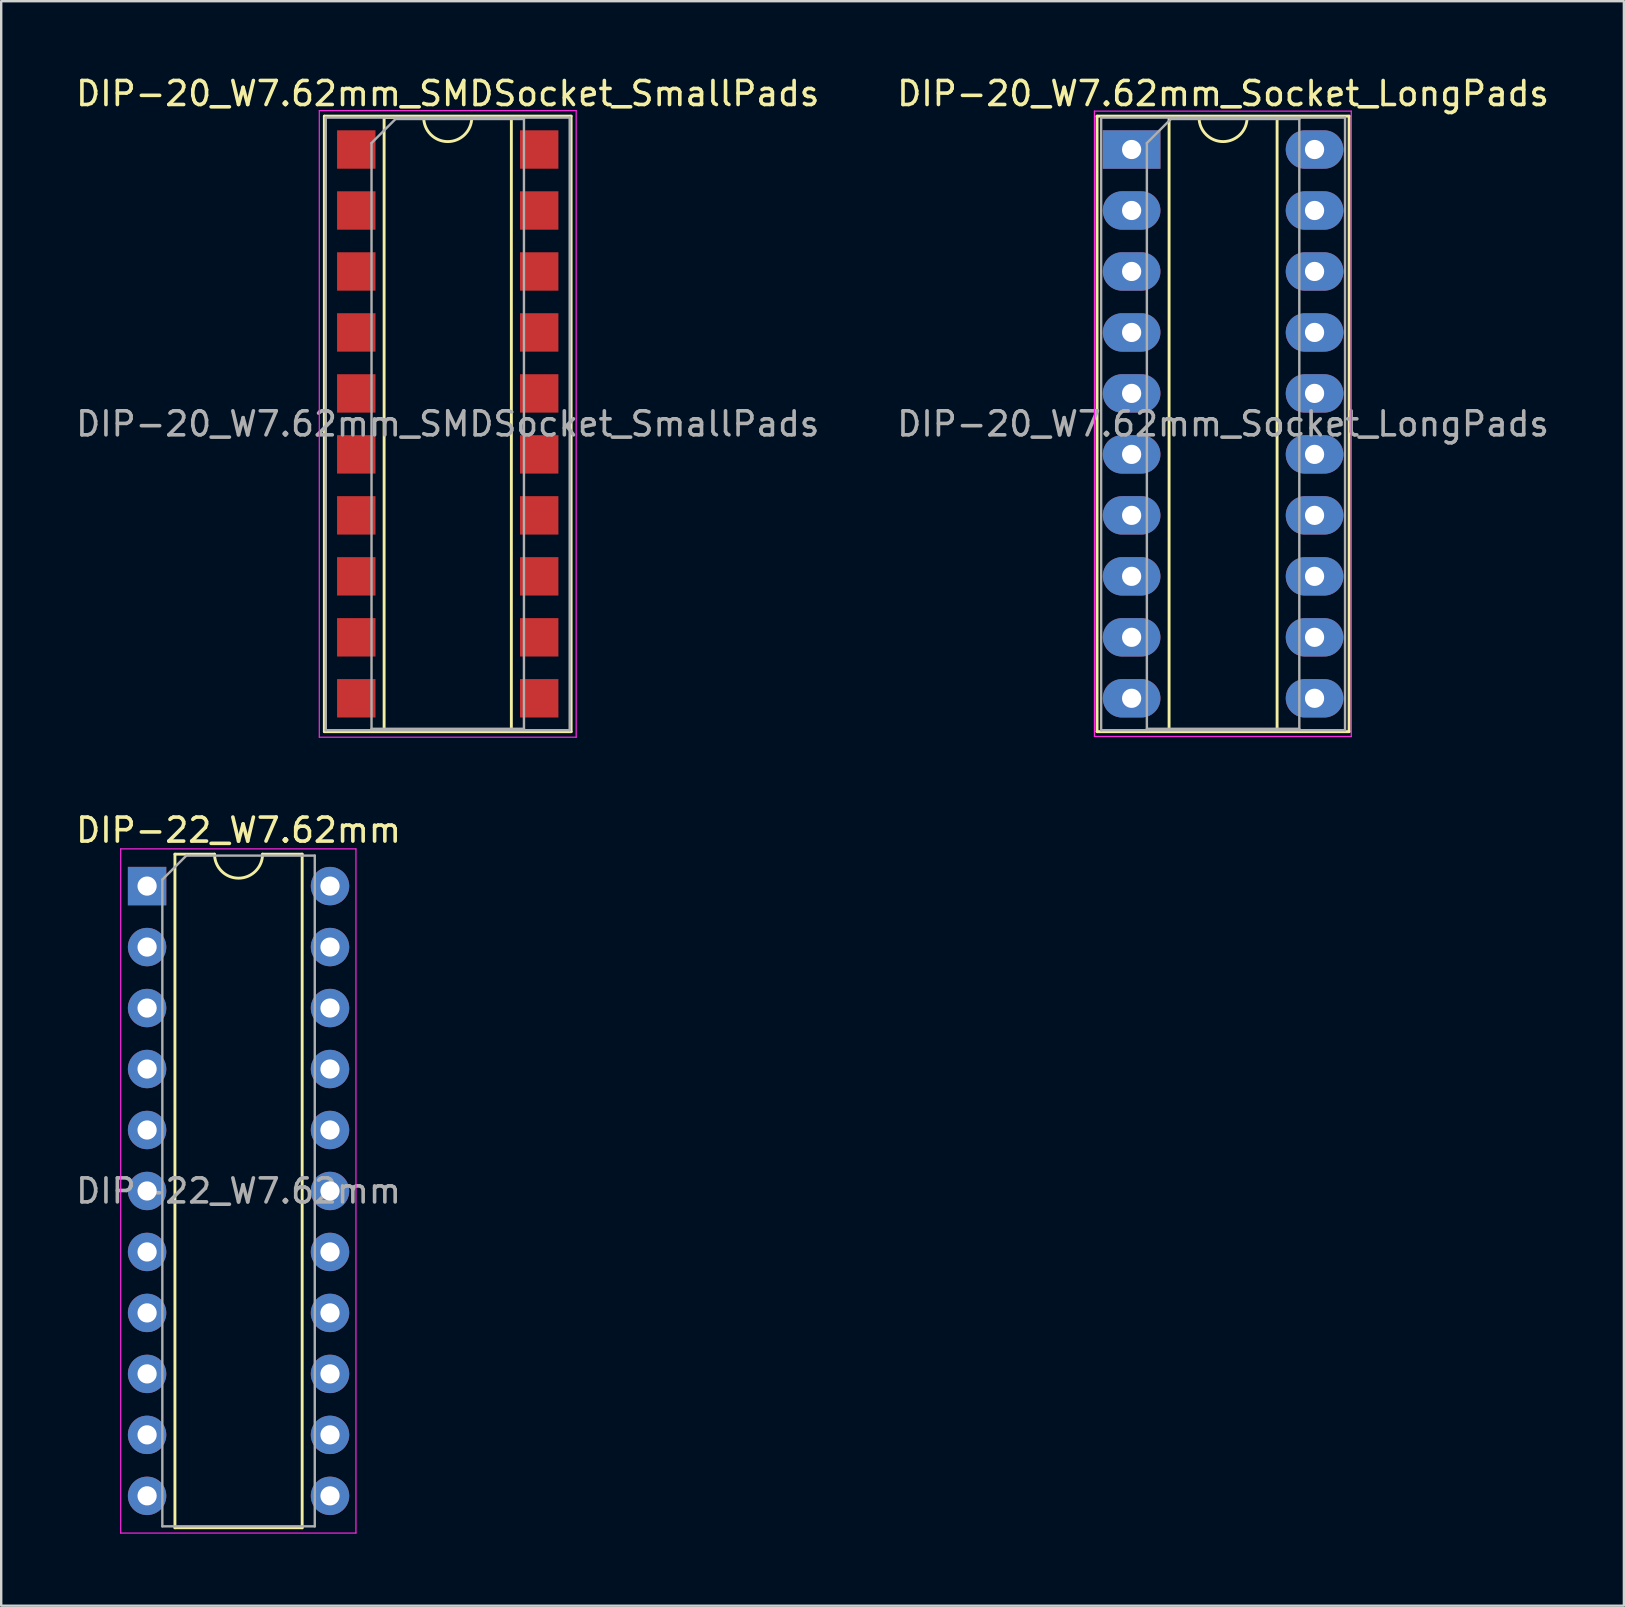
<source format=kicad_pcb>
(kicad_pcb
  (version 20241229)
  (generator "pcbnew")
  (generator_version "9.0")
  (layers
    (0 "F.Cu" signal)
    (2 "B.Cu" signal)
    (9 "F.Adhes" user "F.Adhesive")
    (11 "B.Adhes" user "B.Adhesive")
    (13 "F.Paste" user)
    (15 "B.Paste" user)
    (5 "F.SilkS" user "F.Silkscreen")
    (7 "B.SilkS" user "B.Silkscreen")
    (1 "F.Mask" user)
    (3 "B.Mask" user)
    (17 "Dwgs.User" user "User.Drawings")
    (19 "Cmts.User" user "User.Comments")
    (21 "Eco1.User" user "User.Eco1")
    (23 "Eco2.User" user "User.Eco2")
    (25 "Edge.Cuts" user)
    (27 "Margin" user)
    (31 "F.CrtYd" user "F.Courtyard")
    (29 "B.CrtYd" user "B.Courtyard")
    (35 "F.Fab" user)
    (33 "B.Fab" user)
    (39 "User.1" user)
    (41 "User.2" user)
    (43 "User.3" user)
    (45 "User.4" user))
  (footprint "DIP-20_W7.62mm_SMDSocket_SmallPads"
    (layer "F.Cu")
    (at 15.601 14.608)
    (property "Reference" "DIP-20_W7.62mm_SMDSocket_SmallPads" (at 0 -13.76 0) (layer "F.SilkS") (effects (font (size 1 1) (thickness 0.15))))
    (attr smd)
    (fp_line (start -5.14 -12.82) (end -5.14 12.82) (stroke (width 0.12) (type solid)) (layer "F.SilkS"))
    (fp_line (start -5.14 12.82) (end 5.14 12.82) (stroke (width 0.12) (type solid)) (layer "F.SilkS"))
    (fp_line (start -2.65 -12.76) (end -2.65 12.76) (stroke (width 0.12) (type solid)) (layer "F.SilkS"))
    (fp_line (start -2.65 12.76) (end 2.65 12.76) (stroke (width 0.12) (type solid)) (layer "F.SilkS"))
    (fp_line (start -1 -12.76) (end -2.65 -12.76) (stroke (width 0.12) (type solid)) (layer "F.SilkS"))
    (fp_line (start 2.65 -12.76) (end 1 -12.76) (stroke (width 0.12) (type solid)) (layer "F.SilkS"))
    (fp_line (start 2.65 12.76) (end 2.65 -12.76) (stroke (width 0.12) (type solid)) (layer "F.SilkS"))
    (fp_line (start 5.14 -12.82) (end -5.14 -12.82) (stroke (width 0.12) (type solid)) (layer "F.SilkS"))
    (fp_line (start 5.14 12.82) (end 5.14 -12.82) (stroke (width 0.12) (type solid)) (layer "F.SilkS"))
    (fp_arc (start 1 -12.76) (mid 0 -11.76) (end -1 -12.76) (stroke (width 0.12) (type solid)) (layer "F.SilkS"))
    (fp_line (start -5.35 -13.05) (end -5.35 13.05) (stroke (width 0.05) (type solid)) (layer "F.CrtYd"))
    (fp_line (start -5.35 13.05) (end 5.35 13.05) (stroke (width 0.05) (type solid)) (layer "F.CrtYd"))
    (fp_line (start 5.35 -13.05) (end -5.35 -13.05) (stroke (width 0.05) (type solid)) (layer "F.CrtYd"))
    (fp_line (start 5.35 13.05) (end 5.35 -13.05) (stroke (width 0.05) (type solid)) (layer "F.CrtYd"))
    (fp_line (start -5.08 -12.76) (end -5.08 12.76) (stroke (width 0.1) (type solid)) (layer "F.Fab"))
    (fp_line (start -5.08 12.76) (end 5.08 12.76) (stroke (width 0.1) (type solid)) (layer "F.Fab"))
    (fp_line (start -3.175 -11.7) (end -2.175 -12.7) (stroke (width 0.1) (type solid)) (layer "F.Fab"))
    (fp_line (start -3.175 12.7) (end -3.175 -11.7) (stroke (width 0.1) (type solid)) (layer "F.Fab"))
    (fp_line (start -2.175 -12.7) (end 3.175 -12.7) (stroke (width 0.1) (type solid)) (layer "F.Fab"))
    (fp_line (start 3.175 -12.7) (end 3.175 12.7) (stroke (width 0.1) (type solid)) (layer "F.Fab"))
    (fp_line (start 3.175 12.7) (end -3.175 12.7) (stroke (width 0.1) (type solid)) (layer "F.Fab"))
    (fp_line (start 5.08 -12.76) (end -5.08 -12.76) (stroke (width 0.1) (type solid)) (layer "F.Fab"))
    (fp_line (start 5.08 12.76) (end 5.08 -12.76) (stroke (width 0.1) (type solid)) (layer "F.Fab"))
    (fp_text user "${REFERENCE}" (at 0 0 0) (layer "F.Fab") (effects (font (size 1 1) (thickness 0.15))))
    (pad "1" smd rect (at -3.81 -11.43) (size 1.6 1.6) (layers "F.Cu" "F.Mask" "F.Paste"))
    (pad "2" smd rect (at -3.81 -8.89) (size 1.6 1.6) (layers "F.Cu" "F.Mask" "F.Paste"))
    (pad "3" smd rect (at -3.81 -6.35) (size 1.6 1.6) (layers "F.Cu" "F.Mask" "F.Paste"))
    (pad "4" smd rect (at -3.81 -3.81) (size 1.6 1.6) (layers "F.Cu" "F.Mask" "F.Paste"))
    (pad "5" smd rect (at -3.81 -1.27) (size 1.6 1.6) (layers "F.Cu" "F.Mask" "F.Paste"))
    (pad "6" smd rect (at -3.81 1.27) (size 1.6 1.6) (layers "F.Cu" "F.Mask" "F.Paste"))
    (pad "7" smd rect (at -3.81 3.81) (size 1.6 1.6) (layers "F.Cu" "F.Mask" "F.Paste"))
    (pad "8" smd rect (at -3.81 6.35) (size 1.6 1.6) (layers "F.Cu" "F.Mask" "F.Paste"))
    (pad "9" smd rect (at -3.81 8.89) (size 1.6 1.6) (layers "F.Cu" "F.Mask" "F.Paste"))
    (pad "10" smd rect (at -3.81 11.43) (size 1.6 1.6) (layers "F.Cu" "F.Mask" "F.Paste"))
    (pad "11" smd rect (at 3.81 11.43) (size 1.6 1.6) (layers "F.Cu" "F.Mask" "F.Paste"))
    (pad "12" smd rect (at 3.81 8.89) (size 1.6 1.6) (layers "F.Cu" "F.Mask" "F.Paste"))
    (pad "13" smd rect (at 3.81 6.35) (size 1.6 1.6) (layers "F.Cu" "F.Mask" "F.Paste"))
    (pad "14" smd rect (at 3.81 3.81) (size 1.6 1.6) (layers "F.Cu" "F.Mask" "F.Paste"))
    (pad "15" smd rect (at 3.81 1.27) (size 1.6 1.6) (layers "F.Cu" "F.Mask" "F.Paste"))
    (pad "16" smd rect (at 3.81 -1.27) (size 1.6 1.6) (layers "F.Cu" "F.Mask" "F.Paste"))
    (pad "17" smd rect (at 3.81 -3.81) (size 1.6 1.6) (layers "F.Cu" "F.Mask" "F.Paste"))
    (pad "18" smd rect (at 3.81 -6.35) (size 1.6 1.6) (layers "F.Cu" "F.Mask" "F.Paste"))
    (pad "19" smd rect (at 3.81 -8.89) (size 1.6 1.6) (layers "F.Cu" "F.Mask" "F.Paste"))
    (pad "20" smd rect (at 3.81 -11.43) (size 1.6 1.6) (layers "F.Cu" "F.Mask" "F.Paste")))
  (footprint "DIP-20_W7.62mm_Socket_LongPads"
    (layer "F.Cu")
    (at 44.089 3.178)
    (property "Reference" "DIP-20_W7.62mm_Socket_LongPads" (at 3.81 -2.33 0) (layer "F.SilkS") (effects (font (size 1 1) (thickness 0.15))))
    (attr through_hole)
    (fp_line (start -1.44 -1.39) (end -1.44 24.25) (stroke (width 0.12) (type solid)) (layer "F.SilkS"))
    (fp_line (start -1.44 24.25) (end 9.06 24.25) (stroke (width 0.12) (type solid)) (layer "F.SilkS"))
    (fp_line (start 1.56 -1.33) (end 1.56 24.19) (stroke (width 0.12) (type solid)) (layer "F.SilkS"))
    (fp_line (start 1.56 24.19) (end 6.06 24.19) (stroke (width 0.12) (type solid)) (layer "F.SilkS"))
    (fp_line (start 2.81 -1.33) (end 1.56 -1.33) (stroke (width 0.12) (type solid)) (layer "F.SilkS"))
    (fp_line (start 6.06 -1.33) (end 4.81 -1.33) (stroke (width 0.12) (type solid)) (layer "F.SilkS"))
    (fp_line (start 6.06 24.19) (end 6.06 -1.33) (stroke (width 0.12) (type solid)) (layer "F.SilkS"))
    (fp_line (start 9.06 -1.39) (end -1.44 -1.39) (stroke (width 0.12) (type solid)) (layer "F.SilkS"))
    (fp_line (start 9.06 24.25) (end 9.06 -1.39) (stroke (width 0.12) (type solid)) (layer "F.SilkS"))
    (fp_arc (start 4.81 -1.33) (mid 3.81 -0.33) (end 2.81 -1.33) (stroke (width 0.12) (type solid)) (layer "F.SilkS"))
    (fp_line (start -1.55 -1.6) (end -1.55 24.45) (stroke (width 0.05) (type solid)) (layer "F.CrtYd"))
    (fp_line (start -1.55 24.45) (end 9.15 24.45) (stroke (width 0.05) (type solid)) (layer "F.CrtYd"))
    (fp_line (start 9.15 -1.6) (end -1.55 -1.6) (stroke (width 0.05) (type solid)) (layer "F.CrtYd"))
    (fp_line (start 9.15 24.45) (end 9.15 -1.6) (stroke (width 0.05) (type solid)) (layer "F.CrtYd"))
    (fp_line (start -1.27 -1.33) (end -1.27 24.19) (stroke (width 0.1) (type solid)) (layer "F.Fab"))
    (fp_line (start -1.27 24.19) (end 8.89 24.19) (stroke (width 0.1) (type solid)) (layer "F.Fab"))
    (fp_line (start 0.635 -0.27) (end 1.635 -1.27) (stroke (width 0.1) (type solid)) (layer "F.Fab"))
    (fp_line (start 0.635 24.13) (end 0.635 -0.27) (stroke (width 0.1) (type solid)) (layer "F.Fab"))
    (fp_line (start 1.635 -1.27) (end 6.985 -1.27) (stroke (width 0.1) (type solid)) (layer "F.Fab"))
    (fp_line (start 6.985 -1.27) (end 6.985 24.13) (stroke (width 0.1) (type solid)) (layer "F.Fab"))
    (fp_line (start 6.985 24.13) (end 0.635 24.13) (stroke (width 0.1) (type solid)) (layer "F.Fab"))
    (fp_line (start 8.89 -1.33) (end -1.27 -1.33) (stroke (width 0.1) (type solid)) (layer "F.Fab"))
    (fp_line (start 8.89 24.19) (end 8.89 -1.33) (stroke (width 0.1) (type solid)) (layer "F.Fab"))
    (fp_text user "${REFERENCE}" (at 3.81 11.43 0) (layer "F.Fab") (effects (font (size 1 1) (thickness 0.15))))
    (pad "1" thru_hole rect (at 0 0) (size 2.4 1.6) (drill 0.8) (layers "*.Cu" "*.Mask"))
    (pad "2" thru_hole oval (at 0 2.54) (size 2.4 1.6) (drill 0.8) (layers "*.Cu" "*.Mask"))
    (pad "3" thru_hole oval (at 0 5.08) (size 2.4 1.6) (drill 0.8) (layers "*.Cu" "*.Mask"))
    (pad "4" thru_hole oval (at 0 7.62) (size 2.4 1.6) (drill 0.8) (layers "*.Cu" "*.Mask"))
    (pad "5" thru_hole oval (at 0 10.16) (size 2.4 1.6) (drill 0.8) (layers "*.Cu" "*.Mask"))
    (pad "6" thru_hole oval (at 0 12.7) (size 2.4 1.6) (drill 0.8) (layers "*.Cu" "*.Mask"))
    (pad "7" thru_hole oval (at 0 15.24) (size 2.4 1.6) (drill 0.8) (layers "*.Cu" "*.Mask"))
    (pad "8" thru_hole oval (at 0 17.78) (size 2.4 1.6) (drill 0.8) (layers "*.Cu" "*.Mask"))
    (pad "9" thru_hole oval (at 0 20.32) (size 2.4 1.6) (drill 0.8) (layers "*.Cu" "*.Mask"))
    (pad "10" thru_hole oval (at 0 22.86) (size 2.4 1.6) (drill 0.8) (layers "*.Cu" "*.Mask"))
    (pad "11" thru_hole oval (at 7.62 22.86) (size 2.4 1.6) (drill 0.8) (layers "*.Cu" "*.Mask"))
    (pad "12" thru_hole oval (at 7.62 20.32) (size 2.4 1.6) (drill 0.8) (layers "*.Cu" "*.Mask"))
    (pad "13" thru_hole oval (at 7.62 17.78) (size 2.4 1.6) (drill 0.8) (layers "*.Cu" "*.Mask"))
    (pad "14" thru_hole oval (at 7.62 15.24) (size 2.4 1.6) (drill 0.8) (layers "*.Cu" "*.Mask"))
    (pad "15" thru_hole oval (at 7.62 12.7) (size 2.4 1.6) (drill 0.8) (layers "*.Cu" "*.Mask"))
    (pad "16" thru_hole oval (at 7.62 10.16) (size 2.4 1.6) (drill 0.8) (layers "*.Cu" "*.Mask"))
    (pad "17" thru_hole oval (at 7.62 7.62) (size 2.4 1.6) (drill 0.8) (layers "*.Cu" "*.Mask"))
    (pad "18" thru_hole oval (at 7.62 5.08) (size 2.4 1.6) (drill 0.8) (layers "*.Cu" "*.Mask"))
    (pad "19" thru_hole oval (at 7.62 2.54) (size 2.4 1.6) (drill 0.8) (layers "*.Cu" "*.Mask"))
    (pad "20" thru_hole oval (at 7.62 0) (size 2.4 1.6) (drill 0.8) (layers "*.Cu" "*.Mask")))
  (footprint "DIP-22_W7.62mm"
    (layer "F.Cu")
    (at 3.077 33.861)
    (property "Reference" "DIP-22_W7.62mm" (at 3.81 -2.33 0) (layer "F.SilkS") (effects (font (size 1 1) (thickness 0.15))))
    (attr through_hole)
    (fp_line (start 1.16 -1.33) (end 1.16 26.73) (stroke (width 0.12) (type solid)) (layer "F.SilkS"))
    (fp_line (start 1.16 26.73) (end 6.46 26.73) (stroke (width 0.12) (type solid)) (layer "F.SilkS"))
    (fp_line (start 2.81 -1.33) (end 1.16 -1.33) (stroke (width 0.12) (type solid)) (layer "F.SilkS"))
    (fp_line (start 6.46 -1.33) (end 4.81 -1.33) (stroke (width 0.12) (type solid)) (layer "F.SilkS"))
    (fp_line (start 6.46 26.73) (end 6.46 -1.33) (stroke (width 0.12) (type solid)) (layer "F.SilkS"))
    (fp_arc (start 4.81 -1.33) (mid 3.81 -0.33) (end 2.81 -1.33) (stroke (width 0.12) (type solid)) (layer "F.SilkS"))
    (fp_line (start -1.1 -1.55) (end -1.1 26.95) (stroke (width 0.05) (type solid)) (layer "F.CrtYd"))
    (fp_line (start -1.1 26.95) (end 8.7 26.95) (stroke (width 0.05) (type solid)) (layer "F.CrtYd"))
    (fp_line (start 8.7 -1.55) (end -1.1 -1.55) (stroke (width 0.05) (type solid)) (layer "F.CrtYd"))
    (fp_line (start 8.7 26.95) (end 8.7 -1.55) (stroke (width 0.05) (type solid)) (layer "F.CrtYd"))
    (fp_line (start 0.635 -0.27) (end 1.635 -1.27) (stroke (width 0.1) (type solid)) (layer "F.Fab"))
    (fp_line (start 0.635 26.67) (end 0.635 -0.27) (stroke (width 0.1) (type solid)) (layer "F.Fab"))
    (fp_line (start 1.635 -1.27) (end 6.985 -1.27) (stroke (width 0.1) (type solid)) (layer "F.Fab"))
    (fp_line (start 6.985 -1.27) (end 6.985 26.67) (stroke (width 0.1) (type solid)) (layer "F.Fab"))
    (fp_line (start 6.985 26.67) (end 0.635 26.67) (stroke (width 0.1) (type solid)) (layer "F.Fab"))
    (fp_text user "${REFERENCE}" (at 3.81 12.7 0) (layer "F.Fab") (effects (font (size 1 1) (thickness 0.15))))
    (pad "1" thru_hole rect (at 0 0) (size 1.6 1.6) (drill 0.8) (layers "*.Cu" "*.Mask"))
    (pad "2" thru_hole oval (at 0 2.54) (size 1.6 1.6) (drill 0.8) (layers "*.Cu" "*.Mask"))
    (pad "3" thru_hole oval (at 0 5.08) (size 1.6 1.6) (drill 0.8) (layers "*.Cu" "*.Mask"))
    (pad "4" thru_hole oval (at 0 7.62) (size 1.6 1.6) (drill 0.8) (layers "*.Cu" "*.Mask"))
    (pad "5" thru_hole oval (at 0 10.16) (size 1.6 1.6) (drill 0.8) (layers "*.Cu" "*.Mask"))
    (pad "6" thru_hole oval (at 0 12.7) (size 1.6 1.6) (drill 0.8) (layers "*.Cu" "*.Mask"))
    (pad "7" thru_hole oval (at 0 15.24) (size 1.6 1.6) (drill 0.8) (layers "*.Cu" "*.Mask"))
    (pad "8" thru_hole oval (at 0 17.78) (size 1.6 1.6) (drill 0.8) (layers "*.Cu" "*.Mask"))
    (pad "9" thru_hole oval (at 0 20.32) (size 1.6 1.6) (drill 0.8) (layers "*.Cu" "*.Mask"))
    (pad "10" thru_hole oval (at 0 22.86) (size 1.6 1.6) (drill 0.8) (layers "*.Cu" "*.Mask"))
    (pad "11" thru_hole oval (at 0 25.4) (size 1.6 1.6) (drill 0.8) (layers "*.Cu" "*.Mask"))
    (pad "12" thru_hole oval (at 7.62 25.4) (size 1.6 1.6) (drill 0.8) (layers "*.Cu" "*.Mask"))
    (pad "13" thru_hole oval (at 7.62 22.86) (size 1.6 1.6) (drill 0.8) (layers "*.Cu" "*.Mask"))
    (pad "14" thru_hole oval (at 7.62 20.32) (size 1.6 1.6) (drill 0.8) (layers "*.Cu" "*.Mask"))
    (pad "15" thru_hole oval (at 7.62 17.78) (size 1.6 1.6) (drill 0.8) (layers "*.Cu" "*.Mask"))
    (pad "16" thru_hole oval (at 7.62 15.24) (size 1.6 1.6) (drill 0.8) (layers "*.Cu" "*.Mask"))
    (pad "17" thru_hole oval (at 7.62 12.7) (size 1.6 1.6) (drill 0.8) (layers "*.Cu" "*.Mask"))
    (pad "18" thru_hole oval (at 7.62 10.16) (size 1.6 1.6) (drill 0.8) (layers "*.Cu" "*.Mask"))
    (pad "19" thru_hole oval (at 7.62 7.62) (size 1.6 1.6) (drill 0.8) (layers "*.Cu" "*.Mask"))
    (pad "20" thru_hole oval (at 7.62 5.08) (size 1.6 1.6) (drill 0.8) (layers "*.Cu" "*.Mask"))
    (pad "21" thru_hole oval (at 7.62 2.54) (size 1.6 1.6) (drill 0.8) (layers "*.Cu" "*.Mask"))
    (pad "22" thru_hole oval (at 7.62 0) (size 1.6 1.6) (drill 0.8) (layers "*.Cu" "*.Mask")))
  (gr_rect
    (start -3 -3)
    (end 64.595 63.837)
    (stroke (width 0.1) (type default))
    (fill no)
    (layer "Edge.Cuts")))
</source>
